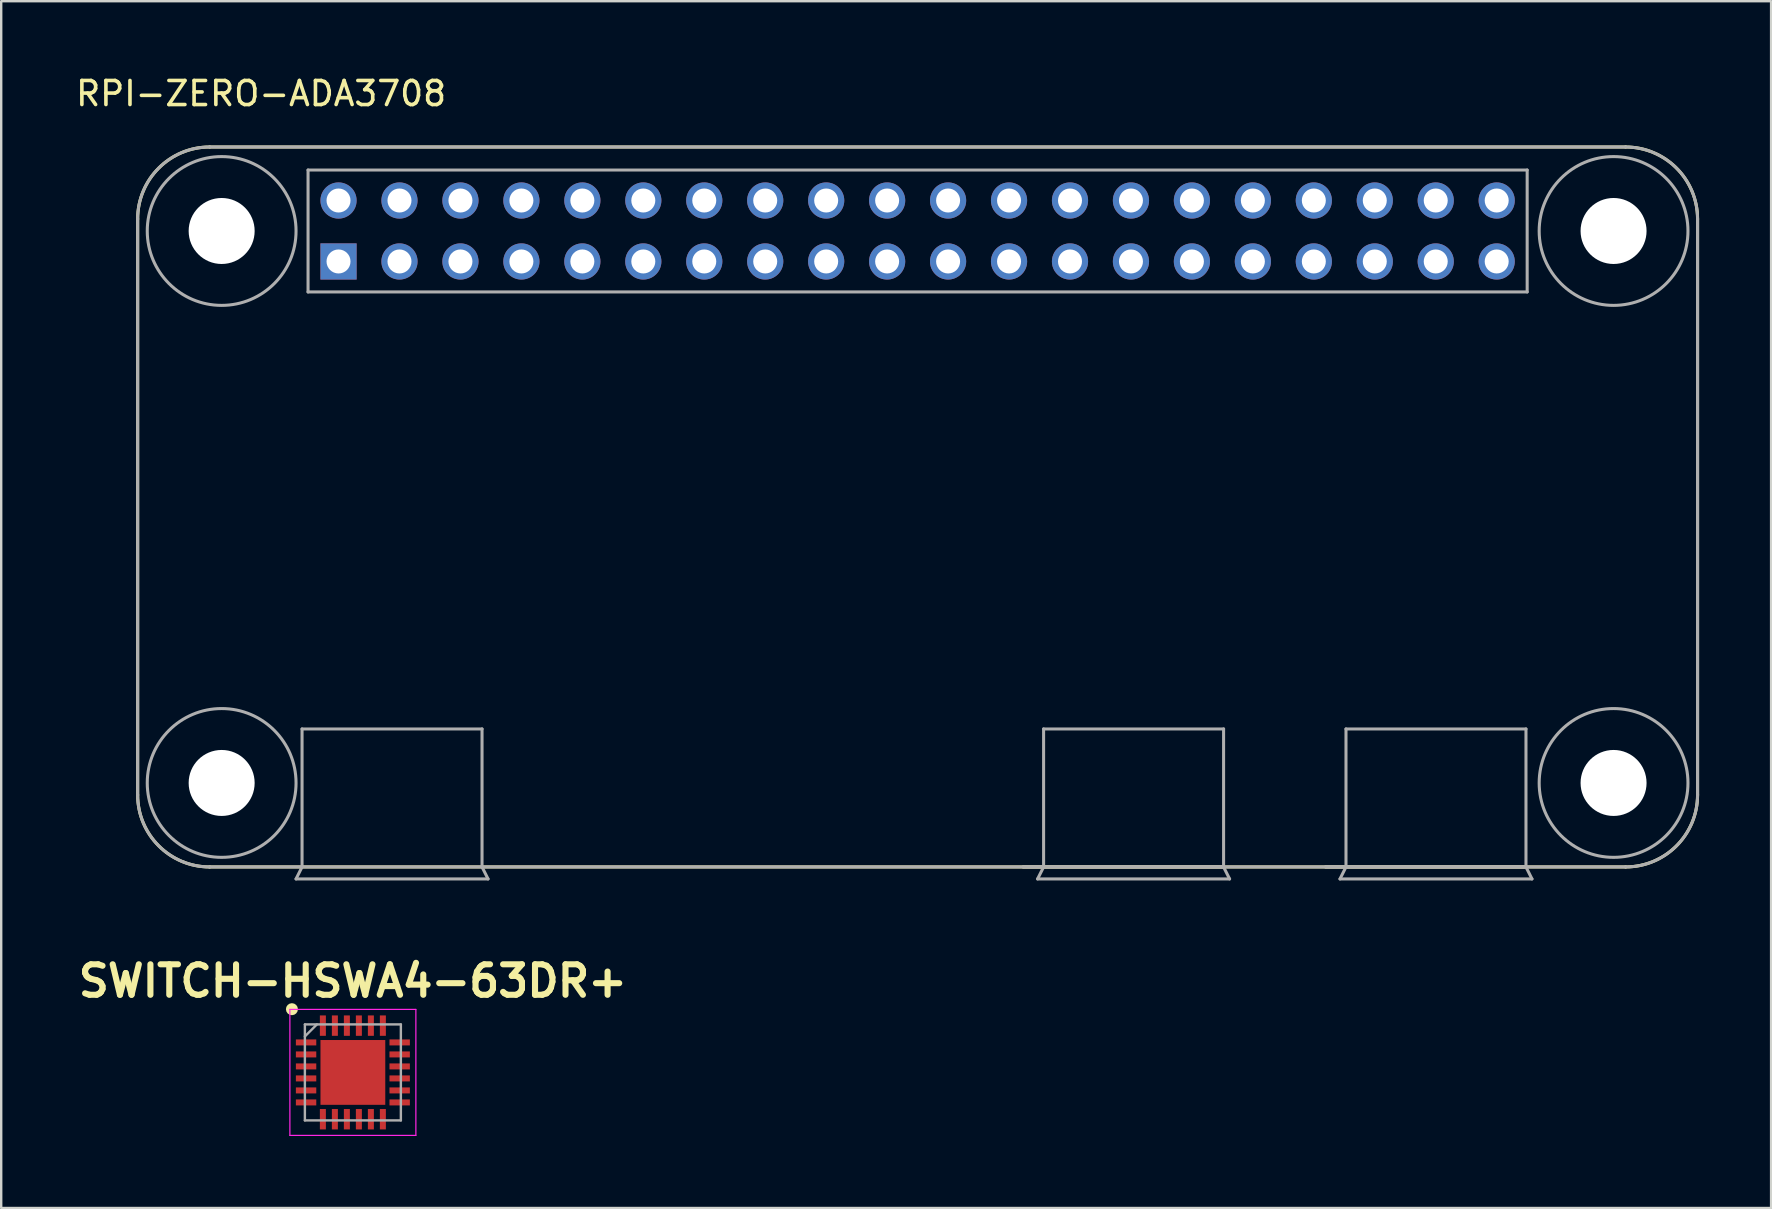
<source format=kicad_pcb>
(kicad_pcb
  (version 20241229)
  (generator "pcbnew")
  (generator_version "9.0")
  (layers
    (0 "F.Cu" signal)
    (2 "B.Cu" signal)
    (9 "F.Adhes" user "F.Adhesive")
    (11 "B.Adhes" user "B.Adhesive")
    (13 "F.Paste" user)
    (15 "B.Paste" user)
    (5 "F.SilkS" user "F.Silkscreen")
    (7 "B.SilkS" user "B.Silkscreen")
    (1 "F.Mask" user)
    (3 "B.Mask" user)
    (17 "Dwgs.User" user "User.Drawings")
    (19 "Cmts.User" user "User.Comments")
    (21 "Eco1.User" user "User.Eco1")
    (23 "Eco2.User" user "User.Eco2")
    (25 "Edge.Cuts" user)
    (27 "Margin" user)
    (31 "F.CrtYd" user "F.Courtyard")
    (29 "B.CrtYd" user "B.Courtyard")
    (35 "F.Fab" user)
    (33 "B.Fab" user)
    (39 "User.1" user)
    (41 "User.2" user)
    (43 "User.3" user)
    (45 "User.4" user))
  (footprint "SWITCH-HSWA4-63DR+"
    (layer "F.Cu")
    (at 11.654 41.542)
    (property "Reference" "SWITCH-HSWA4-63DR+" (at 0 -3.715 0) (layer "F.SilkS") (effects (font (size 1.27 1.27) (thickness 0.254))))
    (attr smd)
    (fp_circle (center -2.54 -2.54) (end -2.54 -2.415) (stroke (width 0.25) (type solid)) (fill no) (layer "F.SilkS"))
    (fp_line (start -2.625 -2.53) (end 2.625 -2.53) (stroke (width 0.05) (type solid)) (layer "F.CrtYd"))
    (fp_line (start -2.625 2.72) (end -2.625 -2.53) (stroke (width 0.05) (type solid)) (layer "F.CrtYd"))
    (fp_line (start 2.625 -2.53) (end 2.625 2.72) (stroke (width 0.05) (type solid)) (layer "F.CrtYd"))
    (fp_line (start 2.625 2.72) (end -2.625 2.72) (stroke (width 0.05) (type solid)) (layer "F.CrtYd"))
    (fp_line (start -2 -1.905) (end 2 -1.905) (stroke (width 0.1) (type solid)) (layer "F.Fab"))
    (fp_line (start -2 -1.405) (end -1.5 -1.905) (stroke (width 0.1) (type solid)) (layer "F.Fab"))
    (fp_line (start -2 2.095) (end -2 -1.905) (stroke (width 0.1) (type solid)) (layer "F.Fab"))
    (fp_line (start 2 -1.905) (end 2 2.095) (stroke (width 0.1) (type solid)) (layer "F.Fab"))
    (fp_line (start 2 2.095) (end -2 2.095) (stroke (width 0.1) (type solid)) (layer "F.Fab"))
    (pad "1" smd rect (at -1.95 -1.155 90) (size 0.25 0.85) (layers "F.Cu" "F.Mask" "F.Paste"))
    (pad "2" smd rect (at -1.95 -0.655 90) (size 0.25 0.85) (layers "F.Cu" "F.Mask" "F.Paste"))
    (pad "3" smd rect (at -1.95 -0.155 90) (size 0.25 0.85) (layers "F.Cu" "F.Mask" "F.Paste"))
    (pad "4" smd rect (at -1.95 0.345 90) (size 0.25 0.85) (layers "F.Cu" "F.Mask" "F.Paste"))
    (pad "5" smd rect (at -1.95 0.845 90) (size 0.25 0.85) (layers "F.Cu" "F.Mask" "F.Paste"))
    (pad "6" smd rect (at -1.95 1.345 90) (size 0.25 0.85) (layers "F.Cu" "F.Mask" "F.Paste"))
    (pad "7" smd rect (at -1.25 2.045) (size 0.25 0.85) (layers "F.Cu" "F.Mask" "F.Paste"))
    (pad "8" smd rect (at -0.75 2.045) (size 0.25 0.85) (layers "F.Cu" "F.Mask" "F.Paste"))
    (pad "9" smd rect (at -0.25 2.045) (size 0.25 0.85) (layers "F.Cu" "F.Mask" "F.Paste"))
    (pad "10" smd rect (at 0.25 2.045) (size 0.25 0.85) (layers "F.Cu" "F.Mask" "F.Paste"))
    (pad "11" smd rect (at 0.75 2.045) (size 0.25 0.85) (layers "F.Cu" "F.Mask" "F.Paste"))
    (pad "12" smd rect (at 1.25 2.045) (size 0.25 0.85) (layers "F.Cu" "F.Mask" "F.Paste"))
    (pad "13" smd rect (at 1.95 1.345 90) (size 0.25 0.85) (layers "F.Cu" "F.Mask" "F.Paste"))
    (pad "14" smd rect (at 1.95 0.845 90) (size 0.25 0.85) (layers "F.Cu" "F.Mask" "F.Paste"))
    (pad "15" smd rect (at 1.95 0.345 90) (size 0.25 0.85) (layers "F.Cu" "F.Mask" "F.Paste"))
    (pad "16" smd rect (at 1.95 -0.155 90) (size 0.25 0.85) (layers "F.Cu" "F.Mask" "F.Paste"))
    (pad "17" smd rect (at 1.95 -0.655 90) (size 0.25 0.85) (layers "F.Cu" "F.Mask" "F.Paste"))
    (pad "18" smd rect (at 1.95 -1.155 90) (size 0.25 0.85) (layers "F.Cu" "F.Mask" "F.Paste"))
    (pad "19" smd rect (at 1.25 -1.855) (size 0.25 0.85) (layers "F.Cu" "F.Mask" "F.Paste"))
    (pad "20" smd rect (at 0.75 -1.855) (size 0.25 0.85) (layers "F.Cu" "F.Mask" "F.Paste"))
    (pad "21" smd rect (at 0.25 -1.855) (size 0.25 0.85) (layers "F.Cu" "F.Mask" "F.Paste"))
    (pad "22" smd rect (at -0.25 -1.855) (size 0.25 0.85) (layers "F.Cu" "F.Mask" "F.Paste"))
    (pad "23" smd rect (at -0.75 -1.855) (size 0.25 0.85) (layers "F.Cu" "F.Mask" "F.Paste"))
    (pad "24" smd rect (at -1.25 -1.855) (size 0.25 0.85) (layers "F.Cu" "F.Mask" "F.Paste"))
    (pad "25" smd rect (at 0 0.095) (size 2.7 2.7) (layers "F.Cu" "F.Mask" "F.Paste")))
  (footprint "RPI-ZERO-ADA3708"
    (layer "F.Cu")
    (at 35.186 6.575)
    (property "Reference" "RPI-ZERO-ADA3708" (at -27.357 -5.726 0) (layer "F.SilkS") (effects (font (size 1.002 1.002) (thickness 0.15))))
    (attr through_hole)
    (fp_line (start -32.5 -0.5) (end -32.5 23.5) (stroke (width 0.127) (type solid)) (layer "F.SilkS"))
    (fp_line (start -29.5 26.5) (end 29.5 26.5) (stroke (width 0.127) (type solid)) (layer "F.SilkS"))
    (fp_line (start 4.4 26.5) (end 12.75 26.5) (stroke (width 0.127) (type solid)) (layer "F.SilkS"))
    (fp_line (start 17 26.5) (end 25.35 26.5) (stroke (width 0.127) (type solid)) (layer "F.SilkS"))
    (fp_line (start 29.5 -3.5) (end -29.5 -3.5) (stroke (width 0.127) (type solid)) (layer "F.SilkS"))
    (fp_line (start 32.5 23.5) (end 32.5 -0.5) (stroke (width 0.127) (type solid)) (layer "F.SilkS"))
    (fp_arc (start -32.5 -0.5) (mid -31.62132 -2.62132) (end -29.5 -3.5) (stroke (width 0.127) (type solid)) (layer "F.SilkS"))
    (fp_arc (start -29.5 26.5) (mid -31.62132 25.62132) (end -32.5 23.5) (stroke (width 0.127) (type solid)) (layer "F.SilkS"))
    (fp_arc (start 29.5 -3.5) (mid 31.62132 -2.62132) (end 32.5 -0.5) (stroke (width 0.127) (type solid)) (layer "F.SilkS"))
    (fp_arc (start 32.5 23.5) (mid 31.62132 25.62132) (end 29.5 26.5) (stroke (width 0.127) (type solid)) (layer "F.SilkS"))
    (fp_line (start -32.5 -0.5) (end -32.5 23.5) (stroke (width 0.127) (type solid)) (layer "F.Fab"))
    (fp_line (start -29.5 26.5) (end -25.65 26.5) (stroke (width 0.127) (type solid)) (layer "F.Fab"))
    (fp_line (start -25.9 27) (end -17.9 27) (stroke (width 0.127) (type solid)) (layer "F.Fab"))
    (fp_line (start -25.65 20.75) (end -18.15 20.75) (stroke (width 0.127) (type solid)) (layer "F.Fab"))
    (fp_line (start -25.65 26.5) (end -25.9 27) (stroke (width 0.127) (type solid)) (layer "F.Fab"))
    (fp_line (start -25.65 26.5) (end -25.65 20.75) (stroke (width 0.127) (type solid)) (layer "F.Fab"))
    (fp_line (start -25.65 26.5) (end -18.15 26.5) (stroke (width 0.127) (type solid)) (layer "F.Fab"))
    (fp_line (start -25.4 -2.54) (end -25.4 2.54) (stroke (width 0.127) (type solid)) (layer "F.Fab"))
    (fp_line (start -25.4 2.54) (end 25.4 2.54) (stroke (width 0.127) (type solid)) (layer "F.Fab"))
    (fp_line (start -18.15 20.75) (end -18.15 26.5) (stroke (width 0.127) (type solid)) (layer "F.Fab"))
    (fp_line (start -18.15 26.5) (end 29.5 26.5) (stroke (width 0.127) (type solid)) (layer "F.Fab"))
    (fp_line (start -17.9 27) (end -18.15 26.5) (stroke (width 0.127) (type solid)) (layer "F.Fab"))
    (fp_line (start 4.4 26.5) (end 5.25 26.5) (stroke (width 0.127) (type solid)) (layer "F.Fab"))
    (fp_line (start 5 27) (end 13 27) (stroke (width 0.127) (type solid)) (layer "F.Fab"))
    (fp_line (start 5.25 20.75) (end 12.75 20.75) (stroke (width 0.127) (type solid)) (layer "F.Fab"))
    (fp_line (start 5.25 26.5) (end 5 27) (stroke (width 0.127) (type solid)) (layer "F.Fab"))
    (fp_line (start 5.25 26.5) (end 5.25 20.75) (stroke (width 0.127) (type solid)) (layer "F.Fab"))
    (fp_line (start 5.25 26.5) (end 12.75 26.5) (stroke (width 0.127) (type solid)) (layer "F.Fab"))
    (fp_line (start 12.75 20.75) (end 12.75 26.5) (stroke (width 0.127) (type solid)) (layer "F.Fab"))
    (fp_line (start 13 27) (end 12.75 26.5) (stroke (width 0.127) (type solid)) (layer "F.Fab"))
    (fp_line (start 17 26.5) (end 17.85 26.5) (stroke (width 0.127) (type solid)) (layer "F.Fab"))
    (fp_line (start 17.6 27) (end 25.6 27) (stroke (width 0.127) (type solid)) (layer "F.Fab"))
    (fp_line (start 17.85 20.75) (end 25.35 20.75) (stroke (width 0.127) (type solid)) (layer "F.Fab"))
    (fp_line (start 17.85 26.5) (end 17.6 27) (stroke (width 0.127) (type solid)) (layer "F.Fab"))
    (fp_line (start 17.85 26.5) (end 17.85 20.75) (stroke (width 0.127) (type solid)) (layer "F.Fab"))
    (fp_line (start 17.85 26.5) (end 25.35 26.5) (stroke (width 0.127) (type solid)) (layer "F.Fab"))
    (fp_line (start 25.35 20.75) (end 25.35 26.5) (stroke (width 0.127) (type solid)) (layer "F.Fab"))
    (fp_line (start 25.4 -2.54) (end -25.4 -2.54) (stroke (width 0.127) (type solid)) (layer "F.Fab"))
    (fp_line (start 25.4 2.54) (end 25.4 -2.54) (stroke (width 0.127) (type solid)) (layer "F.Fab"))
    (fp_line (start 25.6 27) (end 25.35 26.5) (stroke (width 0.127) (type solid)) (layer "F.Fab"))
    (fp_line (start 29.5 -3.5) (end -29.5 -3.5) (stroke (width 0.127) (type solid)) (layer "F.Fab"))
    (fp_line (start 32.5 23.5) (end 32.5 -0.5) (stroke (width 0.127) (type solid)) (layer "F.Fab"))
    (fp_arc (start -32.5 -0.5) (mid -31.62132 -2.62132) (end -29.5 -3.5) (stroke (width 0.127) (type solid)) (layer "F.Fab"))
    (fp_arc (start -29.5 26.5) (mid -31.62132 25.62132) (end -32.5 23.5) (stroke (width 0.127) (type solid)) (layer "F.Fab"))
    (fp_arc (start 29.5 -3.5) (mid 31.62132 -2.62132) (end 32.5 -0.5) (stroke (width 0.127) (type solid)) (layer "F.Fab"))
    (fp_arc (start 32.5 23.5) (mid 31.62132 25.62132) (end 29.5 26.5) (stroke (width 0.127) (type solid)) (layer "F.Fab"))
    (fp_circle (center -29 0) (end -25.9 0) (stroke (width 0.127) (type solid)) (fill no) (layer "F.Fab"))
    (fp_circle (center -29 23) (end -25.9 23) (stroke (width 0.127) (type solid)) (fill no) (layer "F.Fab"))
    (fp_circle (center 29 0) (end 32.1 0) (stroke (width 0.127) (type solid)) (fill no) (layer "F.Fab"))
    (fp_circle (center 29 23) (end 32.1 23) (stroke (width 0.127) (type solid)) (fill no) (layer "F.Fab"))
    (pad "" np_thru_hole circle (at -29 0) (size 2.75 2.75) (drill 2.75) (layers "*.Cu" "*.Mask"))
    (pad "" np_thru_hole circle (at -29 23) (size 2.75 2.75) (drill 2.75) (layers "*.Cu" "*.Mask"))
    (pad "" np_thru_hole circle (at 29 0) (size 2.75 2.75) (drill 2.75) (layers "*.Cu" "*.Mask"))
    (pad "" np_thru_hole circle (at 29 23) (size 2.75 2.75) (drill 2.75) (layers "*.Cu" "*.Mask"))
    (pad "1" thru_hole rect (at -24.13 1.27) (size 1.508 1.508) (drill 1) (layers "*.Cu" "*.Mask"))
    (pad "2" thru_hole circle (at -24.13 -1.27) (size 1.508 1.508) (drill 1) (layers "*.Cu" "*.Mask"))
    (pad "3" thru_hole circle (at -21.59 1.27) (size 1.508 1.508) (drill 1) (layers "*.Cu" "*.Mask"))
    (pad "4" thru_hole circle (at -21.59 -1.27) (size 1.508 1.508) (drill 1) (layers "*.Cu" "*.Mask"))
    (pad "5" thru_hole circle (at -19.05 1.27) (size 1.508 1.508) (drill 1) (layers "*.Cu" "*.Mask"))
    (pad "6" thru_hole circle (at -19.05 -1.27) (size 1.508 1.508) (drill 1) (layers "*.Cu" "*.Mask"))
    (pad "7" thru_hole circle (at -16.51 1.27) (size 1.508 1.508) (drill 1) (layers "*.Cu" "*.Mask"))
    (pad "8" thru_hole circle (at -16.51 -1.27) (size 1.508 1.508) (drill 1) (layers "*.Cu" "*.Mask"))
    (pad "9" thru_hole circle (at -13.97 1.27) (size 1.508 1.508) (drill 1) (layers "*.Cu" "*.Mask"))
    (pad "10" thru_hole circle (at -13.97 -1.27) (size 1.508 1.508) (drill 1) (layers "*.Cu" "*.Mask"))
    (pad "11" thru_hole circle (at -11.43 1.27) (size 1.508 1.508) (drill 1) (layers "*.Cu" "*.Mask"))
    (pad "12" thru_hole circle (at -11.43 -1.27) (size 1.508 1.508) (drill 1) (layers "*.Cu" "*.Mask"))
    (pad "13" thru_hole circle (at -8.89 1.27) (size 1.508 1.508) (drill 1) (layers "*.Cu" "*.Mask"))
    (pad "14" thru_hole circle (at -8.89 -1.27) (size 1.508 1.508) (drill 1) (layers "*.Cu" "*.Mask"))
    (pad "15" thru_hole circle (at -6.35 1.27) (size 1.508 1.508) (drill 1) (layers "*.Cu" "*.Mask"))
    (pad "16" thru_hole circle (at -6.35 -1.27) (size 1.508 1.508) (drill 1) (layers "*.Cu" "*.Mask"))
    (pad "17" thru_hole circle (at -3.81 1.27) (size 1.508 1.508) (drill 1) (layers "*.Cu" "*.Mask"))
    (pad "18" thru_hole circle (at -3.81 -1.27) (size 1.508 1.508) (drill 1) (layers "*.Cu" "*.Mask"))
    (pad "19" thru_hole circle (at -1.27 1.27) (size 1.508 1.508) (drill 1) (layers "*.Cu" "*.Mask"))
    (pad "20" thru_hole circle (at -1.27 -1.27) (size 1.508 1.508) (drill 1) (layers "*.Cu" "*.Mask"))
    (pad "21" thru_hole circle (at 1.27 1.27) (size 1.508 1.508) (drill 1) (layers "*.Cu" "*.Mask"))
    (pad "22" thru_hole circle (at 1.27 -1.27) (size 1.508 1.508) (drill 1) (layers "*.Cu" "*.Mask"))
    (pad "23" thru_hole circle (at 3.81 1.27) (size 1.508 1.508) (drill 1) (layers "*.Cu" "*.Mask"))
    (pad "24" thru_hole circle (at 3.81 -1.27) (size 1.508 1.508) (drill 1) (layers "*.Cu" "*.Mask"))
    (pad "25" thru_hole circle (at 6.35 1.27) (size 1.508 1.508) (drill 1) (layers "*.Cu" "*.Mask"))
    (pad "26" thru_hole circle (at 6.35 -1.27) (size 1.508 1.508) (drill 1) (layers "*.Cu" "*.Mask"))
    (pad "27" thru_hole circle (at 8.89 1.27) (size 1.508 1.508) (drill 1) (layers "*.Cu" "*.Mask"))
    (pad "28" thru_hole circle (at 8.89 -1.27) (size 1.508 1.508) (drill 1) (layers "*.Cu" "*.Mask"))
    (pad "29" thru_hole circle (at 11.43 1.27) (size 1.508 1.508) (drill 1) (layers "*.Cu" "*.Mask"))
    (pad "30" thru_hole circle (at 11.43 -1.27) (size 1.508 1.508) (drill 1) (layers "*.Cu" "*.Mask"))
    (pad "31" thru_hole circle (at 13.97 1.27) (size 1.508 1.508) (drill 1) (layers "*.Cu" "*.Mask"))
    (pad "32" thru_hole circle (at 13.97 -1.27) (size 1.508 1.508) (drill 1) (layers "*.Cu" "*.Mask"))
    (pad "33" thru_hole circle (at 16.51 1.27) (size 1.508 1.508) (drill 1) (layers "*.Cu" "*.Mask"))
    (pad "34" thru_hole circle (at 16.51 -1.27) (size 1.508 1.508) (drill 1) (layers "*.Cu" "*.Mask"))
    (pad "35" thru_hole circle (at 19.05 1.27) (size 1.508 1.508) (drill 1) (layers "*.Cu" "*.Mask"))
    (pad "36" thru_hole circle (at 19.05 -1.27) (size 1.508 1.508) (drill 1) (layers "*.Cu" "*.Mask"))
    (pad "37" thru_hole circle (at 21.59 1.27) (size 1.508 1.508) (drill 1) (layers "*.Cu" "*.Mask"))
    (pad "38" thru_hole circle (at 21.59 -1.27) (size 1.508 1.508) (drill 1) (layers "*.Cu" "*.Mask"))
    (pad "39" thru_hole circle (at 24.13 1.27) (size 1.508 1.508) (drill 1) (layers "*.Cu" "*.Mask"))
    (pad "40" thru_hole circle (at 24.13 -1.27) (size 1.508 1.508) (drill 1) (layers "*.Cu" "*.Mask")))
  (gr_rect
    (start -3 -3)
    (end 70.75 47.287)
    (stroke (width 0.1) (type default))
    (fill no)
    (layer "Edge.Cuts")))
</source>
